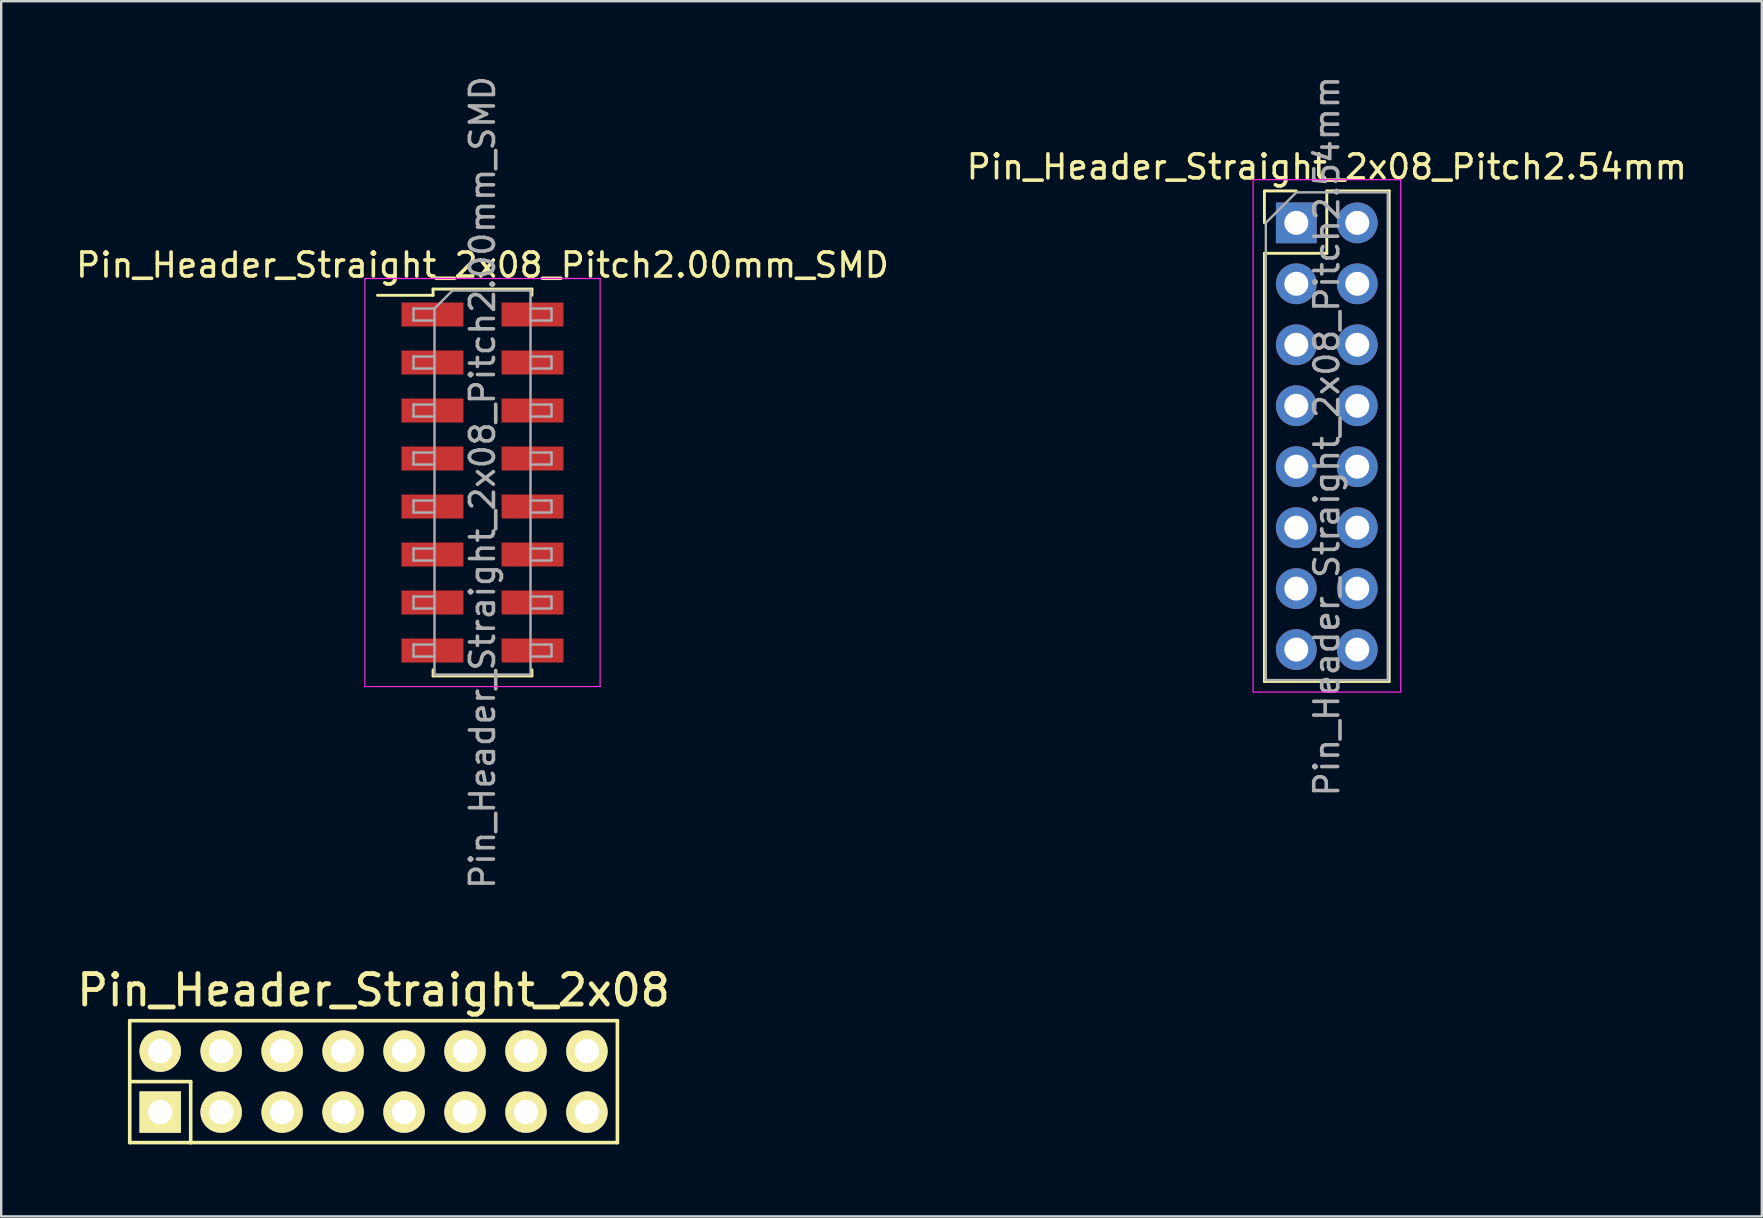
<source format=kicad_pcb>
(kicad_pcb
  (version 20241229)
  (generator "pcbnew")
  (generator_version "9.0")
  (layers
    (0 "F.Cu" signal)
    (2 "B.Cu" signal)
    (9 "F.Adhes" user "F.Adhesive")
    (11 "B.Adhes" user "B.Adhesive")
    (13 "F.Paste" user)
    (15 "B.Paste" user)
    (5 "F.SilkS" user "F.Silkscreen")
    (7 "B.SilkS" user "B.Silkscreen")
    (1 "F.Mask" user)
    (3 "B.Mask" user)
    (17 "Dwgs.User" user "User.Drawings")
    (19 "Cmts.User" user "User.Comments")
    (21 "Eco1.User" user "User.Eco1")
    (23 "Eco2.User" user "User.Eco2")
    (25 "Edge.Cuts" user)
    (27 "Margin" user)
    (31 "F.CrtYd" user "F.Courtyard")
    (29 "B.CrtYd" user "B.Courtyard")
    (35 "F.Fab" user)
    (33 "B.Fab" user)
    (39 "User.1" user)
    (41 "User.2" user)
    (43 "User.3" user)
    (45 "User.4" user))
  (footprint "Pin_Header_Straight_2x08_Pitch2.54mm"
    (layer "F.Cu")
    (at 50.962 6.235)
    (property "Reference" "Pin_Header_Straight_2x08_Pitch2.54mm" (at 1.27 -2.33 0) (layer "F.SilkS") (effects (font (size 1 1) (thickness 0.15))))
    (attr through_hole)
    (fp_line (start -1.33 -1.33) (end 0 -1.33) (stroke (width 0.12) (type solid)) (layer "F.SilkS"))
    (fp_line (start -1.33 0) (end -1.33 -1.33) (stroke (width 0.12) (type solid)) (layer "F.SilkS"))
    (fp_line (start -1.33 1.27) (end -1.33 19.11) (stroke (width 0.12) (type solid)) (layer "F.SilkS"))
    (fp_line (start -1.33 19.11) (end 3.87 19.11) (stroke (width 0.12) (type solid)) (layer "F.SilkS"))
    (fp_line (start 1.27 -1.33) (end 1.27 1.27) (stroke (width 0.12) (type solid)) (layer "F.SilkS"))
    (fp_line (start 1.27 1.27) (end -1.33 1.27) (stroke (width 0.12) (type solid)) (layer "F.SilkS"))
    (fp_line (start 3.87 -1.33) (end 1.27 -1.33) (stroke (width 0.12) (type solid)) (layer "F.SilkS"))
    (fp_line (start 3.87 19.11) (end 3.87 -1.33) (stroke (width 0.12) (type solid)) (layer "F.SilkS"))
    (fp_line (start -1.8 -1.8) (end -1.8 19.55) (stroke (width 0.05) (type solid)) (layer "F.CrtYd"))
    (fp_line (start -1.8 19.55) (end 4.35 19.55) (stroke (width 0.05) (type solid)) (layer "F.CrtYd"))
    (fp_line (start 4.35 -1.8) (end -1.8 -1.8) (stroke (width 0.05) (type solid)) (layer "F.CrtYd"))
    (fp_line (start 4.35 19.55) (end 4.35 -1.8) (stroke (width 0.05) (type solid)) (layer "F.CrtYd"))
    (fp_line (start -1.27 0) (end 0 -1.27) (stroke (width 0.1) (type solid)) (layer "F.Fab"))
    (fp_line (start -1.27 19.05) (end -1.27 0) (stroke (width 0.1) (type solid)) (layer "F.Fab"))
    (fp_line (start 0 -1.27) (end 3.81 -1.27) (stroke (width 0.1) (type solid)) (layer "F.Fab"))
    (fp_line (start 3.81 -1.27) (end 3.81 19.05) (stroke (width 0.1) (type solid)) (layer "F.Fab"))
    (fp_line (start 3.81 19.05) (end -1.27 19.05) (stroke (width 0.1) (type solid)) (layer "F.Fab"))
    (fp_text user "${REFERENCE}" (at 1.27 8.89 90) (layer "F.Fab") (effects (font (size 1 1) (thickness 0.15))))
    (pad "1" thru_hole rect (at 0 0) (size 1.7 1.7) (drill 1) (layers "*.Cu" "*.Mask"))
    (pad "2" thru_hole oval (at 2.54 0) (size 1.7 1.7) (drill 1) (layers "*.Cu" "*.Mask"))
    (pad "3" thru_hole oval (at 0 2.54) (size 1.7 1.7) (drill 1) (layers "*.Cu" "*.Mask"))
    (pad "4" thru_hole oval (at 2.54 2.54) (size 1.7 1.7) (drill 1) (layers "*.Cu" "*.Mask"))
    (pad "5" thru_hole oval (at 0 5.08) (size 1.7 1.7) (drill 1) (layers "*.Cu" "*.Mask"))
    (pad "6" thru_hole oval (at 2.54 5.08) (size 1.7 1.7) (drill 1) (layers "*.Cu" "*.Mask"))
    (pad "7" thru_hole oval (at 0 7.62) (size 1.7 1.7) (drill 1) (layers "*.Cu" "*.Mask"))
    (pad "8" thru_hole oval (at 2.54 7.62) (size 1.7 1.7) (drill 1) (layers "*.Cu" "*.Mask"))
    (pad "9" thru_hole oval (at 0 10.16) (size 1.7 1.7) (drill 1) (layers "*.Cu" "*.Mask"))
    (pad "10" thru_hole oval (at 2.54 10.16) (size 1.7 1.7) (drill 1) (layers "*.Cu" "*.Mask"))
    (pad "11" thru_hole oval (at 0 12.7) (size 1.7 1.7) (drill 1) (layers "*.Cu" "*.Mask"))
    (pad "12" thru_hole oval (at 2.54 12.7) (size 1.7 1.7) (drill 1) (layers "*.Cu" "*.Mask"))
    (pad "13" thru_hole oval (at 0 15.24) (size 1.7 1.7) (drill 1) (layers "*.Cu" "*.Mask"))
    (pad "14" thru_hole oval (at 2.54 15.24) (size 1.7 1.7) (drill 1) (layers "*.Cu" "*.Mask"))
    (pad "15" thru_hole oval (at 0 17.78) (size 1.7 1.7) (drill 1) (layers "*.Cu" "*.Mask"))
    (pad "16" thru_hole oval (at 2.54 17.78) (size 1.7 1.7) (drill 1) (layers "*.Cu" "*.Mask")))
  (footprint "Pin_Header_Straight_2x08_Pitch2.00mm_SMD"
    (layer "F.Cu")
    (at 17.054 17.054)
    (property "Reference" "Pin_Header_Straight_2x08_Pitch2.00mm_SMD" (at 0 -9.06 0) (layer "F.SilkS") (effects (font (size 1 1) (thickness 0.15))))
    (attr smd)
    (fp_line (start -4.375 -7.8) (end -2.06 -7.8) (stroke (width 0.12) (type solid)) (layer "F.SilkS"))
    (fp_line (start -2.06 -8.06) (end 2.06 -8.06) (stroke (width 0.12) (type solid)) (layer "F.SilkS"))
    (fp_line (start -2.06 -7.8) (end -2.06 -8.06) (stroke (width 0.12) (type solid)) (layer "F.SilkS"))
    (fp_line (start -2.06 7.8) (end -2.06 8.06) (stroke (width 0.12) (type solid)) (layer "F.SilkS"))
    (fp_line (start -2.06 8.06) (end 2.06 8.06) (stroke (width 0.12) (type solid)) (layer "F.SilkS"))
    (fp_line (start 2.06 -8.06) (end 2.06 -7.8) (stroke (width 0.12) (type solid)) (layer "F.SilkS"))
    (fp_line (start 2.06 8.06) (end 2.06 7.8) (stroke (width 0.12) (type solid)) (layer "F.SilkS"))
    (fp_line (start -4.9 -8.5) (end -4.9 8.5) (stroke (width 0.05) (type solid)) (layer "F.CrtYd"))
    (fp_line (start -4.9 8.5) (end 4.9 8.5) (stroke (width 0.05) (type solid)) (layer "F.CrtYd"))
    (fp_line (start 4.9 -8.5) (end -4.9 -8.5) (stroke (width 0.05) (type solid)) (layer "F.CrtYd"))
    (fp_line (start 4.9 8.5) (end 4.9 -8.5) (stroke (width 0.05) (type solid)) (layer "F.CrtYd"))
    (fp_line (start -2.875 -7.25) (end -2.875 -6.75) (stroke (width 0.1) (type solid)) (layer "F.Fab"))
    (fp_line (start -2.875 -6.75) (end -2 -6.75) (stroke (width 0.1) (type solid)) (layer "F.Fab"))
    (fp_line (start -2.875 -5.25) (end -2.875 -4.75) (stroke (width 0.1) (type solid)) (layer "F.Fab"))
    (fp_line (start -2.875 -4.75) (end -2 -4.75) (stroke (width 0.1) (type solid)) (layer "F.Fab"))
    (fp_line (start -2.875 -3.25) (end -2.875 -2.75) (stroke (width 0.1) (type solid)) (layer "F.Fab"))
    (fp_line (start -2.875 -2.75) (end -2 -2.75) (stroke (width 0.1) (type solid)) (layer "F.Fab"))
    (fp_line (start -2.875 -1.25) (end -2.875 -0.75) (stroke (width 0.1) (type solid)) (layer "F.Fab"))
    (fp_line (start -2.875 -0.75) (end -2 -0.75) (stroke (width 0.1) (type solid)) (layer "F.Fab"))
    (fp_line (start -2.875 0.75) (end -2.875 1.25) (stroke (width 0.1) (type solid)) (layer "F.Fab"))
    (fp_line (start -2.875 1.25) (end -2 1.25) (stroke (width 0.1) (type solid)) (layer "F.Fab"))
    (fp_line (start -2.875 2.75) (end -2.875 3.25) (stroke (width 0.1) (type solid)) (layer "F.Fab"))
    (fp_line (start -2.875 3.25) (end -2 3.25) (stroke (width 0.1) (type solid)) (layer "F.Fab"))
    (fp_line (start -2.875 4.75) (end -2.875 5.25) (stroke (width 0.1) (type solid)) (layer "F.Fab"))
    (fp_line (start -2.875 5.25) (end -2 5.25) (stroke (width 0.1) (type solid)) (layer "F.Fab"))
    (fp_line (start -2.875 6.75) (end -2.875 7.25) (stroke (width 0.1) (type solid)) (layer "F.Fab"))
    (fp_line (start -2.875 7.25) (end -2 7.25) (stroke (width 0.1) (type solid)) (layer "F.Fab"))
    (fp_line (start -2 -7.25) (end -2.875 -7.25) (stroke (width 0.1) (type solid)) (layer "F.Fab"))
    (fp_line (start -2 -7.25) (end -1.25 -8) (stroke (width 0.1) (type solid)) (layer "F.Fab"))
    (fp_line (start -2 -5.25) (end -2.875 -5.25) (stroke (width 0.1) (type solid)) (layer "F.Fab"))
    (fp_line (start -2 -3.25) (end -2.875 -3.25) (stroke (width 0.1) (type solid)) (layer "F.Fab"))
    (fp_line (start -2 -1.25) (end -2.875 -1.25) (stroke (width 0.1) (type solid)) (layer "F.Fab"))
    (fp_line (start -2 0.75) (end -2.875 0.75) (stroke (width 0.1) (type solid)) (layer "F.Fab"))
    (fp_line (start -2 2.75) (end -2.875 2.75) (stroke (width 0.1) (type solid)) (layer "F.Fab"))
    (fp_line (start -2 4.75) (end -2.875 4.75) (stroke (width 0.1) (type solid)) (layer "F.Fab"))
    (fp_line (start -2 6.75) (end -2.875 6.75) (stroke (width 0.1) (type solid)) (layer "F.Fab"))
    (fp_line (start -2 8) (end -2 -7.25) (stroke (width 0.1) (type solid)) (layer "F.Fab"))
    (fp_line (start -1.25 -8) (end 2 -8) (stroke (width 0.1) (type solid)) (layer "F.Fab"))
    (fp_line (start 2 -8) (end 2 8) (stroke (width 0.1) (type solid)) (layer "F.Fab"))
    (fp_line (start 2 -7.25) (end 2.875 -7.25) (stroke (width 0.1) (type solid)) (layer "F.Fab"))
    (fp_line (start 2 -5.25) (end 2.875 -5.25) (stroke (width 0.1) (type solid)) (layer "F.Fab"))
    (fp_line (start 2 -3.25) (end 2.875 -3.25) (stroke (width 0.1) (type solid)) (layer "F.Fab"))
    (fp_line (start 2 -1.25) (end 2.875 -1.25) (stroke (width 0.1) (type solid)) (layer "F.Fab"))
    (fp_line (start 2 0.75) (end 2.875 0.75) (stroke (width 0.1) (type solid)) (layer "F.Fab"))
    (fp_line (start 2 2.75) (end 2.875 2.75) (stroke (width 0.1) (type solid)) (layer "F.Fab"))
    (fp_line (start 2 4.75) (end 2.875 4.75) (stroke (width 0.1) (type solid)) (layer "F.Fab"))
    (fp_line (start 2 6.75) (end 2.875 6.75) (stroke (width 0.1) (type solid)) (layer "F.Fab"))
    (fp_line (start 2 8) (end -2 8) (stroke (width 0.1) (type solid)) (layer "F.Fab"))
    (fp_line (start 2.875 -7.25) (end 2.875 -6.75) (stroke (width 0.1) (type solid)) (layer "F.Fab"))
    (fp_line (start 2.875 -6.75) (end 2 -6.75) (stroke (width 0.1) (type solid)) (layer "F.Fab"))
    (fp_line (start 2.875 -5.25) (end 2.875 -4.75) (stroke (width 0.1) (type solid)) (layer "F.Fab"))
    (fp_line (start 2.875 -4.75) (end 2 -4.75) (stroke (width 0.1) (type solid)) (layer "F.Fab"))
    (fp_line (start 2.875 -3.25) (end 2.875 -2.75) (stroke (width 0.1) (type solid)) (layer "F.Fab"))
    (fp_line (start 2.875 -2.75) (end 2 -2.75) (stroke (width 0.1) (type solid)) (layer "F.Fab"))
    (fp_line (start 2.875 -1.25) (end 2.875 -0.75) (stroke (width 0.1) (type solid)) (layer "F.Fab"))
    (fp_line (start 2.875 -0.75) (end 2 -0.75) (stroke (width 0.1) (type solid)) (layer "F.Fab"))
    (fp_line (start 2.875 0.75) (end 2.875 1.25) (stroke (width 0.1) (type solid)) (layer "F.Fab"))
    (fp_line (start 2.875 1.25) (end 2 1.25) (stroke (width 0.1) (type solid)) (layer "F.Fab"))
    (fp_line (start 2.875 2.75) (end 2.875 3.25) (stroke (width 0.1) (type solid)) (layer "F.Fab"))
    (fp_line (start 2.875 3.25) (end 2 3.25) (stroke (width 0.1) (type solid)) (layer "F.Fab"))
    (fp_line (start 2.875 4.75) (end 2.875 5.25) (stroke (width 0.1) (type solid)) (layer "F.Fab"))
    (fp_line (start 2.875 5.25) (end 2 5.25) (stroke (width 0.1) (type solid)) (layer "F.Fab"))
    (fp_line (start 2.875 6.75) (end 2.875 7.25) (stroke (width 0.1) (type solid)) (layer "F.Fab"))
    (fp_line (start 2.875 7.25) (end 2 7.25) (stroke (width 0.1) (type solid)) (layer "F.Fab"))
    (fp_text user "${REFERENCE}" (at 0 0 90) (layer "F.Fab") (effects (font (size 1 1) (thickness 0.15))))
    (pad "1" smd rect (at -2.085 -7) (size 2.58 1) (layers "F.Cu" "F.Mask" "F.Paste"))
    (pad "2" smd rect (at 2.085 -7) (size 2.58 1) (layers "F.Cu" "F.Mask" "F.Paste"))
    (pad "3" smd rect (at -2.085 -5) (size 2.58 1) (layers "F.Cu" "F.Mask" "F.Paste"))
    (pad "4" smd rect (at 2.085 -5) (size 2.58 1) (layers "F.Cu" "F.Mask" "F.Paste"))
    (pad "5" smd rect (at -2.085 -3) (size 2.58 1) (layers "F.Cu" "F.Mask" "F.Paste"))
    (pad "6" smd rect (at 2.085 -3) (size 2.58 1) (layers "F.Cu" "F.Mask" "F.Paste"))
    (pad "7" smd rect (at -2.085 -1) (size 2.58 1) (layers "F.Cu" "F.Mask" "F.Paste"))
    (pad "8" smd rect (at 2.085 -1) (size 2.58 1) (layers "F.Cu" "F.Mask" "F.Paste"))
    (pad "9" smd rect (at -2.085 1) (size 2.58 1) (layers "F.Cu" "F.Mask" "F.Paste"))
    (pad "10" smd rect (at 2.085 1) (size 2.58 1) (layers "F.Cu" "F.Mask" "F.Paste"))
    (pad "11" smd rect (at -2.085 3) (size 2.58 1) (layers "F.Cu" "F.Mask" "F.Paste"))
    (pad "12" smd rect (at 2.085 3) (size 2.58 1) (layers "F.Cu" "F.Mask" "F.Paste"))
    (pad "13" smd rect (at -2.085 5) (size 2.58 1) (layers "F.Cu" "F.Mask" "F.Paste"))
    (pad "14" smd rect (at 2.085 5) (size 2.58 1) (layers "F.Cu" "F.Mask" "F.Paste"))
    (pad "15" smd rect (at -2.085 7) (size 2.58 1) (layers "F.Cu" "F.Mask" "F.Paste"))
    (pad "16" smd rect (at 2.085 7) (size 2.58 1) (layers "F.Cu" "F.Mask" "F.Paste")))
  (footprint "Pin_Header_Straight_2x08"
    (layer "F.Cu")
    (at 12.515 42.017)
    (property "Reference" "Pin_Header_Straight_2x08" (at 0 -3.81 0) (layer "F.SilkS") (effects (font (size 1.27 1.27) (thickness 0.203))))
    (attr through_hole)
    (fp_line (start -10.16 -2.54) (end -10.16 0) (stroke (width 0.15) (type solid)) (layer "F.SilkS"))
    (fp_line (start -10.16 0) (end -7.62 0) (stroke (width 0.15) (type solid)) (layer "F.SilkS"))
    (fp_line (start -10.16 2.54) (end -10.16 0) (stroke (width 0.15) (type solid)) (layer "F.SilkS"))
    (fp_line (start -10.16 2.54) (end -7.62 2.54) (stroke (width 0.15) (type solid)) (layer "F.SilkS"))
    (fp_line (start -7.62 0) (end -7.62 2.54) (stroke (width 0.15) (type solid)) (layer "F.SilkS"))
    (fp_line (start -7.62 2.54) (end 10.16 2.54) (stroke (width 0.15) (type solid)) (layer "F.SilkS"))
    (fp_line (start 10.16 -2.54) (end -10.16 -2.54) (stroke (width 0.15) (type solid)) (layer "F.SilkS"))
    (fp_line (start 10.16 -2.54) (end 10.16 2.54) (stroke (width 0.15) (type solid)) (layer "F.SilkS"))
    (pad "1" thru_hole rect (at -8.89 1.27) (size 1.727 1.727) (drill 1.016) (layers "*.Cu" "*.Mask" "F.SilkS"))
    (pad "2" thru_hole oval (at -8.89 -1.27) (size 1.727 1.727) (drill 1.016) (layers "*.Cu" "*.Mask" "F.SilkS"))
    (pad "3" thru_hole oval (at -6.35 1.27) (size 1.727 1.727) (drill 1.016) (layers "*.Cu" "*.Mask" "F.SilkS"))
    (pad "4" thru_hole oval (at -6.35 -1.27) (size 1.727 1.727) (drill 1.016) (layers "*.Cu" "*.Mask" "F.SilkS"))
    (pad "5" thru_hole oval (at -3.81 1.27) (size 1.727 1.727) (drill 1.016) (layers "*.Cu" "*.Mask" "F.SilkS"))
    (pad "6" thru_hole oval (at -3.81 -1.27) (size 1.727 1.727) (drill 1.016) (layers "*.Cu" "*.Mask" "F.SilkS"))
    (pad "7" thru_hole oval (at -1.27 1.27) (size 1.727 1.727) (drill 1.016) (layers "*.Cu" "*.Mask" "F.SilkS"))
    (pad "8" thru_hole oval (at -1.27 -1.27) (size 1.727 1.727) (drill 1.016) (layers "*.Cu" "*.Mask" "F.SilkS"))
    (pad "9" thru_hole oval (at 1.27 1.27) (size 1.727 1.727) (drill 1.016) (layers "*.Cu" "*.Mask" "F.SilkS"))
    (pad "10" thru_hole oval (at 1.27 -1.27) (size 1.727 1.727) (drill 1.016) (layers "*.Cu" "*.Mask" "F.SilkS"))
    (pad "11" thru_hole oval (at 3.81 1.27) (size 1.727 1.727) (drill 1.016) (layers "*.Cu" "*.Mask" "F.SilkS"))
    (pad "12" thru_hole oval (at 3.81 -1.27) (size 1.727 1.727) (drill 1.016) (layers "*.Cu" "*.Mask" "F.SilkS"))
    (pad "13" thru_hole oval (at 6.35 1.27) (size 1.727 1.727) (drill 1.016) (layers "*.Cu" "*.Mask" "F.SilkS"))
    (pad "14" thru_hole oval (at 6.35 -1.27) (size 1.727 1.727) (drill 1.016) (layers "*.Cu" "*.Mask" "F.SilkS"))
    (pad "15" thru_hole oval (at 8.89 1.27) (size 1.727 1.727) (drill 1.016) (layers "*.Cu" "*.Mask" "F.SilkS"))
    (pad "16" thru_hole oval (at 8.89 -1.27) (size 1.727 1.727) (drill 1.016) (layers "*.Cu" "*.Mask" "F.SilkS")))
  (gr_rect
    (start -3 -3)
    (end 70.357 47.632)
    (stroke (width 0.1) (type default))
    (fill no)
    (layer "Edge.Cuts")))
</source>
